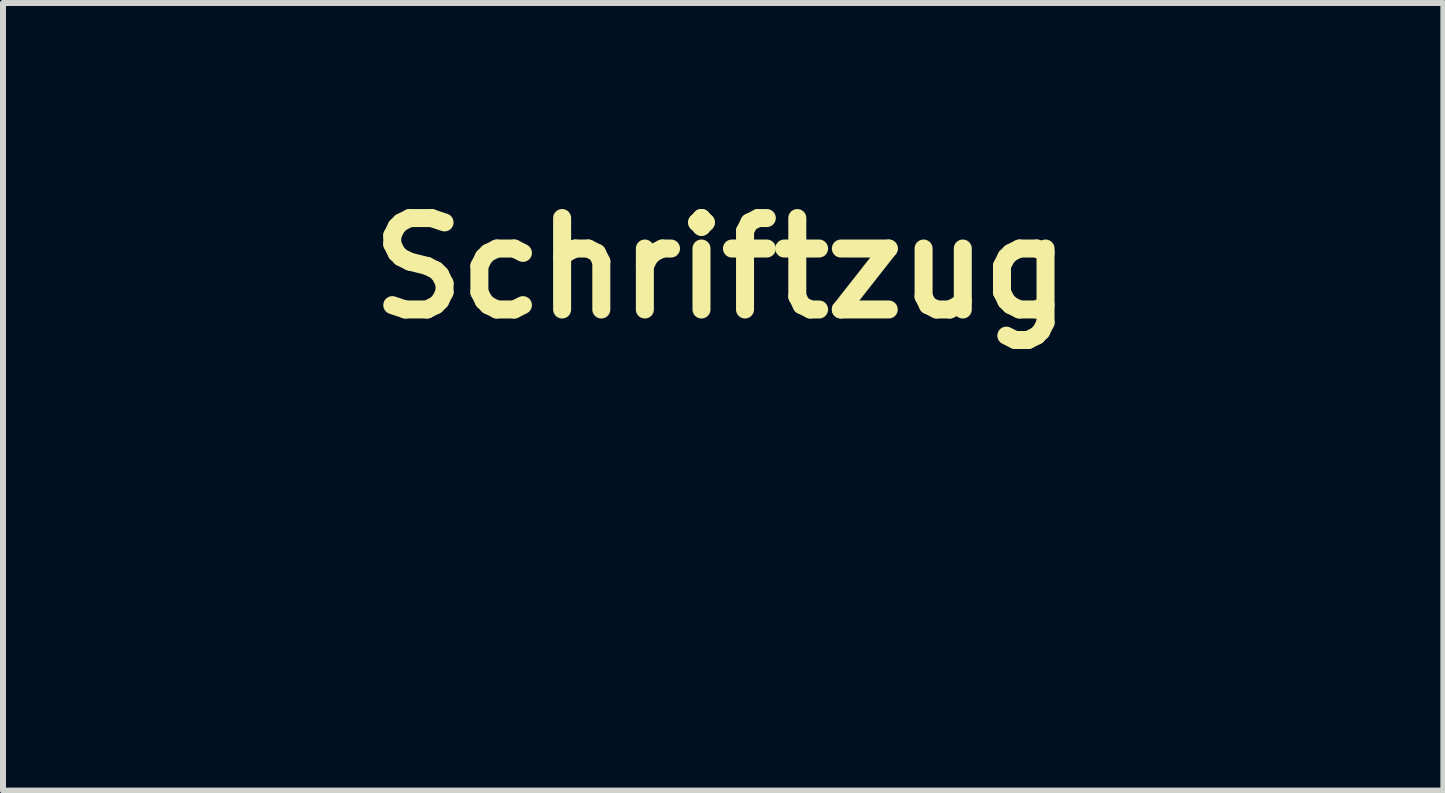
<source format=kicad_pcb>
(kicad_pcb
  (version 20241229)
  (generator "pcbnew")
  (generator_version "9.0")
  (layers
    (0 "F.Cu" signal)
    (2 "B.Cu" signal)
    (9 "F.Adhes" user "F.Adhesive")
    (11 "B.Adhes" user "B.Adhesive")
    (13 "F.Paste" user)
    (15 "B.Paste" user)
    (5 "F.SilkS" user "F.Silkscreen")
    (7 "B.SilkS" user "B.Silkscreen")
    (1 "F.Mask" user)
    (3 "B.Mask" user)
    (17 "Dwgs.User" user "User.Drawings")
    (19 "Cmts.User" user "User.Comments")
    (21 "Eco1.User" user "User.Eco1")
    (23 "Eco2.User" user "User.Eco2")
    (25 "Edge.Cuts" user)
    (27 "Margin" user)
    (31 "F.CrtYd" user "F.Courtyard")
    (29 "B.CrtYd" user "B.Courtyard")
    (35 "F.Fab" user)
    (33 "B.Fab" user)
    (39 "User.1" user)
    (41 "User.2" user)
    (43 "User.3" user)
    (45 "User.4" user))
  (footprint "Schriftzug"
    (layer "F.Cu")
    (at 8.966 5.228)
    (property "Reference" "Schriftzug" (at 0 -3.81 0) (layer "F.SilkS") (effects (font (size 1.524 1.524) (thickness 0.3))))
    (attr through_hole)
    (fp_poly (pts (xy 0.337 -1.813) (xy 0.334 -1.75) (xy 0.329 -1.637) (xy 0.32 -1.482) (xy 0.309 -1.292) (xy 0.296 -1.073) (xy 0.281 -0.833) (xy 0.265 -0.578) (xy 0.259 -0.48) (xy 0.183 0.691) (xy 0.059 0.686) (xy -0.024 0.676) (xy -0.083 0.658) (xy -0.095 0.65) (xy -0.151 0.623) (xy -0.208 0.633) (xy -0.237 0.666) (xy -0.253 0.754) (xy -0.248 0.856) (xy -0.225 0.933) (xy -0.2 0.968) (xy -0.167 0.97) (xy -0.113 0.946) (xy -0.066 0.929) (xy 0.003 0.917) (xy 0.105 0.909) (xy 0.245 0.904) (xy 0.434 0.903) (xy 0.903 0.903) (xy 0.903 1.496) (xy -0.538 1.496) (xy -0.522 1.206) (xy -0.517 1.12) (xy -0.509 0.984) (xy -0.498 0.805) (xy -0.486 0.591) (xy -0.471 0.348) (xy -0.456 0.084) (xy -0.439 -0.196) (xy -0.422 -0.483) (xy -0.422 -0.487) (xy -0.406 -0.764) (xy -0.39 -1.024) (xy -0.376 -1.263) (xy -0.364 -1.474) (xy -0.354 -1.652) (xy -0.346 -1.791) (xy -0.341 -1.886) (xy -0.339 -1.931) (xy -0.339 -1.933) (xy -0.33 -1.951) (xy -0.299 -1.964) (xy -0.237 -1.971) (xy -0.135 -1.975) (xy 0 -1.976) (xy 0.339 -1.976) (xy 0.337 -1.813)) (stroke (width 0.01) (type solid)) (fill yes) (layer "F.Mask"))
    (fp_poly (pts (xy -7.62 -1.976) (xy -7.62 -1.375) (xy -7.88 -1.394) (xy -8.008 -1.408) (xy -8.126 -1.428) (xy -8.214 -1.451) (xy -8.235 -1.459) (xy -8.305 -1.484) (xy -8.35 -1.473) (xy -8.373 -1.419) (xy -8.381 -1.318) (xy -8.382 -1.29) (xy -8.371 -1.189) (xy -8.34 -1.14) (xy -8.285 -1.141) (xy -8.236 -1.169) (xy -8.169 -1.199) (xy -8.091 -1.213) (xy -8.018 -1.211) (xy -7.969 -1.192) (xy -7.959 -1.172) (xy -7.961 -1.117) (xy -7.966 -1.015) (xy -7.974 -0.874) (xy -7.985 -0.701) (xy -7.998 -0.501) (xy -8.013 -0.281) (xy -8.028 -0.049) (xy -8.045 0.189) (xy -8.061 0.426) (xy -8.078 0.656) (xy -8.093 0.871) (xy -8.107 1.065) (xy -8.12 1.232) (xy -8.131 1.364) (xy -8.139 1.454) (xy -8.143 1.497) (xy -8.144 1.499) (xy -8.174 1.519) (xy -8.179 1.518) (xy -8.214 1.515) (xy -8.292 1.511) (xy -8.402 1.506) (xy -8.504 1.503) (xy -8.809 1.494) (xy -8.794 1.375) (xy -8.788 1.305) (xy -8.78 1.191) (xy -8.773 1.048) (xy -8.765 0.889) (xy -8.762 0.818) (xy -8.756 0.671) (xy -8.746 0.48) (xy -8.734 0.258) (xy -8.72 0.018) (xy -8.705 -0.228) (xy -8.691 -0.452) (xy -8.677 -0.664) (xy -8.665 -0.86) (xy -8.654 -1.031) (xy -8.645 -1.171) (xy -8.639 -1.271) (xy -8.637 -1.324) (xy -8.636 -1.33) (xy -8.652 -1.36) (xy -8.705 -1.38) (xy -8.778 -1.389) (xy -8.861 -1.399) (xy -8.917 -1.409) (xy -8.93 -1.414) (xy -8.936 -1.445) (xy -8.942 -1.52) (xy -8.948 -1.626) (xy -8.951 -1.7) (xy -8.961 -1.976) (xy -7.62 -1.976)) (stroke (width 0.01) (type solid)) (fill yes) (layer "F.Mask"))
    (fp_poly (pts (xy -5.701 -2.053) (xy -5.703 -2.003) (xy -5.708 -1.903) (xy -5.716 -1.759) (xy -5.727 -1.578) (xy -5.74 -1.366) (xy -5.755 -1.13) (xy -5.771 -0.875) (xy -5.787 -0.608) (xy -5.805 -0.336) (xy -5.822 -0.065) (xy -5.84 0.2) (xy -5.856 0.45) (xy -5.871 0.681) (xy -5.885 0.886) (xy -5.897 1.058) (xy -5.907 1.191) (xy -5.914 1.279) (xy -5.915 1.287) (xy -5.933 1.487) (xy -6.247 1.506) (xy -6.384 1.512) (xy -6.56 1.517) (xy -6.758 1.521) (xy -6.959 1.523) (xy -7.081 1.524) (xy -7.601 1.524) (xy -7.583 1.094) (xy -7.577 0.935) (xy -7.567 0.743) (xy -7.555 0.523) (xy -7.542 0.282) (xy -7.527 0.027) (xy -7.512 -0.236) (xy -7.495 -0.5) (xy -7.479 -0.759) (xy -7.463 -1.005) (xy -7.448 -1.233) (xy -7.434 -1.434) (xy -7.422 -1.604) (xy -7.411 -1.735) (xy -7.403 -1.821) (xy -7.399 -1.849) (xy -7.378 -1.961) (xy -6.714 -1.977) (xy -6.73 -1.814) (xy -6.735 -1.748) (xy -6.743 -1.633) (xy -6.753 -1.477) (xy -6.764 -1.288) (xy -6.777 -1.074) (xy -6.791 -0.842) (xy -6.802 -0.649) (xy -6.815 -0.408) (xy -6.829 -0.178) (xy -6.842 0.033) (xy -6.853 0.219) (xy -6.863 0.37) (xy -6.87 0.478) (xy -6.874 0.529) (xy -6.891 0.706) (xy -6.986 0.706) (xy -7.078 0.695) (xy -7.156 0.671) (xy -7.215 0.652) (xy -7.252 0.668) (xy -7.27 0.691) (xy -7.303 0.774) (xy -7.306 0.875) (xy -7.279 0.962) (xy -7.272 0.972) (xy -7.24 1.006) (xy -7.206 1.003) (xy -7.166 0.979) (xy -7.098 0.953) (xy -6.985 0.931) (xy -6.839 0.915) (xy -6.838 0.915) (xy -6.579 0.895) (xy -6.563 0.751) (xy -6.558 0.698) (xy -6.551 0.597) (xy -6.54 0.454) (xy -6.528 0.276) (xy -6.514 0.069) (xy -6.499 -0.159) (xy -6.484 -0.401) (xy -6.467 -0.651) (xy -6.451 -0.902) (xy -6.436 -1.147) (xy -6.421 -1.379) (xy -6.408 -1.591) (xy -6.397 -1.777) (xy -6.388 -1.93) (xy -6.382 -2.042) (xy -6.378 -2.108) (xy -6.378 -2.118) (xy -6.375 -2.142) (xy -6.357 -2.157) (xy -6.317 -2.166) (xy -6.244 -2.171) (xy -6.13 -2.173) (xy -6.04 -2.173) (xy -5.701 -2.173) (xy -5.701 -2.053)) (stroke (width 0.01) (type solid)) (fill yes) (layer "F.Mask"))
    (fp_poly (pts (xy 7.015 -1.757) (xy 7.008 -1.653) (xy 6.998 -1.508) (xy 6.987 -1.337) (xy 6.976 -1.155) (xy 6.969 -1.044) (xy 6.955 -0.813) (xy 6.94 -0.565) (xy 6.923 -0.307) (xy 6.905 -0.044) (xy 6.887 0.216) (xy 6.87 0.468) (xy 6.853 0.706) (xy 6.837 0.923) (xy 6.822 1.114) (xy 6.809 1.272) (xy 6.799 1.392) (xy 6.791 1.467) (xy 6.787 1.491) (xy 6.756 1.495) (xy 6.678 1.499) (xy 6.56 1.503) (xy 6.412 1.506) (xy 6.244 1.509) (xy 6.063 1.511) (xy 5.878 1.512) (xy 5.698 1.513) (xy 5.533 1.513) (xy 5.391 1.512) (xy 5.28 1.51) (xy 5.21 1.507) (xy 5.196 1.505) (xy 5.1 1.492) (xy 5.12 1.063) (xy 5.126 0.941) (xy 5.135 0.771) (xy 5.148 0.562) (xy 5.162 0.322) (xy 5.178 0.059) (xy 5.195 -0.217) (xy 5.213 -0.498) (xy 5.231 -0.776) (xy 5.248 -1.043) (xy 5.265 -1.289) (xy 5.267 -1.329) (xy 5.533 -1.329) (xy 5.541 -1.242) (xy 5.567 -1.175) (xy 5.595 -1.146) (xy 5.63 -1.142) (xy 5.693 -1.164) (xy 5.708 -1.17) (xy 5.791 -1.199) (xy 5.864 -1.213) (xy 5.874 -1.214) (xy 5.889 -1.213) (xy 5.902 -1.208) (xy 5.912 -1.195) (xy 5.919 -1.167) (xy 5.923 -1.122) (xy 5.924 -1.055) (xy 5.922 -0.96) (xy 5.917 -0.833) (xy 5.908 -0.669) (xy 5.896 -0.465) (xy 5.881 -0.215) (xy 5.863 0.085) (xy 5.856 0.193) (xy 5.845 0.384) (xy 5.836 0.558) (xy 5.83 0.705) (xy 5.827 0.817) (xy 5.827 0.887) (xy 5.83 0.906) (xy 5.863 0.915) (xy 5.931 0.917) (xy 6.014 0.912) (xy 6.092 0.902) (xy 6.144 0.888) (xy 6.151 0.884) (xy 6.156 0.854) (xy 6.163 0.774) (xy 6.174 0.65) (xy 6.186 0.488) (xy 6.199 0.294) (xy 6.214 0.074) (xy 6.23 -0.165) (xy 6.234 -0.229) (xy 6.252 -0.519) (xy 6.266 -0.756) (xy 6.276 -0.946) (xy 6.282 -1.094) (xy 6.284 -1.204) (xy 6.283 -1.28) (xy 6.279 -1.327) (xy 6.271 -1.35) (xy 6.268 -1.353) (xy 6.225 -1.365) (xy 6.141 -1.377) (xy 6.032 -1.389) (xy 5.992 -1.392) (xy 5.849 -1.407) (xy 5.74 -1.43) (xy 5.682 -1.454) (xy 5.623 -1.483) (xy 5.58 -1.472) (xy 5.572 -1.466) (xy 5.543 -1.412) (xy 5.533 -1.329) (xy 5.267 -1.329) (xy 5.28 -1.506) (xy 5.292 -1.686) (xy 5.296 -1.729) (xy 5.314 -1.976) (xy 7.031 -1.976) (xy 7.015 -1.757)) (stroke (width 0.01) (type solid)) (fill yes) (layer "F.Mask"))
    (fp_poly (pts (xy 9.031 -1.887) (xy 9.029 -1.828) (xy 9.025 -1.72) (xy 9.017 -1.573) (xy 9.008 -1.394) (xy 8.997 -1.191) (xy 8.985 -0.973) (xy 8.972 -0.748) (xy 8.958 -0.524) (xy 8.945 -0.309) (xy 8.933 -0.112) (xy 8.922 0.06) (xy 8.913 0.198) (xy 8.906 0.294) (xy 8.903 0.332) (xy 8.886 0.48) (xy 8.747 0.48) (xy 8.667 0.484) (xy 8.617 0.493) (xy 8.608 0.501) (xy 8.614 0.534) (xy 8.63 0.613) (xy 8.655 0.728) (xy 8.687 0.87) (xy 8.717 1.002) (xy 8.825 1.482) (xy 8.71 1.504) (xy 8.636 1.513) (xy 8.536 1.516) (xy 8.424 1.516) (xy 8.316 1.512) (xy 8.228 1.505) (xy 8.176 1.494) (xy 8.17 1.491) (xy 8.159 1.46) (xy 8.136 1.385) (xy 8.105 1.273) (xy 8.068 1.135) (xy 8.04 1.028) (xy 7.995 0.855) (xy 7.961 0.729) (xy 7.937 0.644) (xy 7.92 0.593) (xy 7.907 0.568) (xy 7.897 0.563) (xy 7.888 0.57) (xy 7.883 0.599) (xy 7.875 0.675) (xy 7.865 0.788) (xy 7.854 0.929) (xy 7.841 1.087) (xy 7.829 1.254) (xy 7.817 1.418) (xy 7.806 1.572) (xy 7.797 1.705) (xy 7.792 1.807) (xy 7.789 1.869) (xy 7.789 1.87) (xy 7.763 1.878) (xy 7.691 1.884) (xy 7.584 1.889) (xy 7.453 1.891) (xy 7.444 1.891) (xy 7.098 1.891) (xy 7.122 1.559) (xy 7.128 1.468) (xy 7.138 1.327) (xy 7.15 1.143) (xy 7.165 0.922) (xy 7.181 0.67) (xy 7.199 0.395) (xy 7.218 0.102) (xy 7.238 -0.201) (xy 7.249 -0.367) (xy 7.307 -1.273) (xy 7.567 -1.273) (xy 7.592 -1.187) (xy 7.602 -1.172) (xy 7.633 -1.138) (xy 7.666 -1.14) (xy 7.707 -1.167) (xy 7.777 -1.199) (xy 7.858 -1.214) (xy 7.931 -1.21) (xy 7.978 -1.188) (xy 7.987 -1.166) (xy 7.985 -1.112) (xy 7.979 -1.016) (xy 7.97 -0.889) (xy 7.96 -0.744) (xy 7.949 -0.596) (xy 7.938 -0.457) (xy 7.928 -0.339) (xy 7.921 -0.257) (xy 7.918 -0.233) (xy 7.906 -0.141) (xy 8.234 -0.141) (xy 8.251 -0.289) (xy 8.259 -0.381) (xy 8.269 -0.51) (xy 8.278 -0.655) (xy 8.283 -0.748) (xy 8.291 -0.898) (xy 8.301 -1.048) (xy 8.31 -1.176) (xy 8.314 -1.235) (xy 8.33 -1.411) (xy 8.095 -1.412) (xy 7.967 -1.418) (xy 7.846 -1.432) (xy 7.756 -1.451) (xy 7.747 -1.454) (xy 7.674 -1.478) (xy 7.632 -1.478) (xy 7.604 -1.454) (xy 7.599 -1.448) (xy 7.569 -1.37) (xy 7.567 -1.273) (xy 7.307 -1.273) (xy 7.352 -1.961) (xy 8.191 -1.969) (xy 9.031 -1.976) (xy 9.031 -1.887)) (stroke (width 0.01) (type solid)) (fill yes) (layer "F.Mask"))
    (fp_poly (pts (xy 2.389 -1.975) (xy 2.581 -1.974) (xy 2.729 -1.972) (xy 2.839 -1.969) (xy 2.915 -1.964) (xy 2.965 -1.957) (xy 2.994 -1.947) (xy 3.008 -1.935) (xy 3.011 -1.93) (xy 3.014 -1.89) (xy 3.013 -1.8) (xy 3.009 -1.666) (xy 3.002 -1.495) (xy 2.993 -1.293) (xy 2.981 -1.065) (xy 2.967 -0.818) (xy 2.952 -0.557) (xy 2.936 -0.289) (xy 2.919 -0.019) (xy 2.902 0.245) (xy 2.884 0.5) (xy 2.867 0.737) (xy 2.851 0.952) (xy 2.836 1.138) (xy 2.823 1.289) (xy 2.811 1.399) (xy 2.802 1.462) (xy 2.798 1.475) (xy 2.75 1.495) (xy 2.662 1.51) (xy 2.549 1.519) (xy 2.427 1.52) (xy 2.312 1.513) (xy 2.3 1.511) (xy 2.138 1.491) (xy 2.157 1.162) (xy 2.166 1.009) (xy 2.176 0.857) (xy 2.185 0.726) (xy 2.191 0.656) (xy 2.208 0.48) (xy 1.834 0.48) (xy 1.834 0.572) (xy 1.832 0.627) (xy 1.826 0.729) (xy 1.818 0.867) (xy 1.807 1.03) (xy 1.794 1.21) (xy 1.792 1.242) (xy 1.78 1.418) (xy 1.768 1.576) (xy 1.76 1.707) (xy 1.753 1.802) (xy 1.75 1.852) (xy 1.75 1.856) (xy 1.734 1.872) (xy 1.681 1.883) (xy 1.584 1.888) (xy 1.446 1.889) (xy 1.319 1.887) (xy 1.213 1.883) (xy 1.139 1.878) (xy 1.113 1.874) (xy 1.107 1.873) (xy 1.102 1.871) (xy 1.097 1.865) (xy 1.094 1.851) (xy 1.093 1.826) (xy 1.092 1.785) (xy 1.094 1.724) (xy 1.097 1.64) (xy 1.103 1.529) (xy 1.11 1.387) (xy 1.12 1.21) (xy 1.133 0.994) (xy 1.148 0.736) (xy 1.166 0.431) (xy 1.187 0.076) (xy 1.2 -0.144) (xy 1.218 -0.447) (xy 1.235 -0.735) (xy 1.25 -1.002) (xy 1.264 -1.245) (xy 1.267 -1.288) (xy 1.53 -1.288) (xy 1.54 -1.216) (xy 1.547 -1.199) (xy 1.589 -1.142) (xy 1.644 -1.137) (xy 1.706 -1.172) (xy 1.775 -1.203) (xy 1.844 -1.214) (xy 1.928 -1.214) (xy 1.908 -0.676) (xy 1.888 -0.138) (xy 2.066 -0.147) (xy 2.244 -0.155) (xy 2.276 -0.635) (xy 2.287 -0.805) (xy 2.297 -0.966) (xy 2.305 -1.104) (xy 2.31 -1.207) (xy 2.311 -1.249) (xy 2.314 -1.383) (xy 2.032 -1.383) (xy 1.899 -1.384) (xy 1.81 -1.39) (xy 1.752 -1.402) (xy 1.713 -1.422) (xy 1.693 -1.439) (xy 1.637 -1.486) (xy 1.597 -1.485) (xy 1.566 -1.433) (xy 1.549 -1.383) (xy 1.53 -1.288) (xy 1.267 -1.288) (xy 1.276 -1.456) (xy 1.286 -1.631) (xy 1.293 -1.766) (xy 1.297 -1.853) (xy 1.298 -1.887) (xy 1.298 -1.976) (xy 2.146 -1.976) (xy 2.389 -1.975)) (stroke (width 0.01) (type solid)) (fill yes) (layer "F.Mask"))
    (fp_poly (pts (xy 5.02 -1.743) (xy 5.012 -1.644) (xy 5.002 -1.501) (xy 4.991 -1.327) (xy 4.979 -1.133) (xy 4.967 -0.932) (xy 4.963 -0.875) (xy 4.927 -0.24) (xy 4.75 -0.051) (xy 4.671 0.038) (xy 4.611 0.114) (xy 4.576 0.168) (xy 4.572 0.183) (xy 4.586 0.224) (xy 4.625 0.301) (xy 4.681 0.398) (xy 4.717 0.458) (xy 4.862 0.689) (xy 4.843 1.001) (xy 4.834 1.14) (xy 4.823 1.269) (xy 4.813 1.371) (xy 4.807 1.418) (xy 4.791 1.524) (xy 4.067 1.519) (xy 3.864 1.517) (xy 3.673 1.515) (xy 3.504 1.512) (xy 3.365 1.509) (xy 3.267 1.506) (xy 3.224 1.503) (xy 3.104 1.493) (xy 3.104 1.36) (xy 3.106 1.307) (xy 3.111 1.204) (xy 3.119 1.055) (xy 3.13 0.868) (xy 3.136 0.764) (xy 3.818 0.764) (xy 3.82 0.84) (xy 3.829 0.875) (xy 3.897 0.908) (xy 4.007 0.922) (xy 4.064 0.922) (xy 4.163 0.917) (xy 4.171 0.699) (xy 4.179 0.48) (xy 3.845 0.48) (xy 3.825 0.666) (xy 3.818 0.764) (xy 3.136 0.764) (xy 3.143 0.646) (xy 3.158 0.397) (xy 3.175 0.126) (xy 3.193 -0.162) (xy 3.203 -0.319) (xy 3.222 -0.611) (xy 3.239 -0.886) (xy 3.255 -1.14) (xy 3.267 -1.331) (xy 3.543 -1.331) (xy 3.549 -1.24) (xy 3.569 -1.167) (xy 3.58 -1.148) (xy 3.611 -1.119) (xy 3.644 -1.125) (xy 3.69 -1.158) (xy 3.771 -1.198) (xy 3.858 -1.214) (xy 3.955 -1.214) (xy 3.94 -1.094) (xy 3.932 -1.013) (xy 3.923 -0.896) (xy 3.914 -0.759) (xy 3.909 -0.677) (xy 3.9 -0.539) (xy 3.891 -0.408) (xy 3.881 -0.303) (xy 3.876 -0.261) (xy 3.86 -0.141) (xy 4.233 -0.141) (xy 4.235 -0.247) (xy 4.238 -0.31) (xy 4.244 -0.417) (xy 4.253 -0.558) (xy 4.264 -0.719) (xy 4.273 -0.847) (xy 4.284 -1.008) (xy 4.293 -1.149) (xy 4.299 -1.261) (xy 4.301 -1.333) (xy 4.3 -1.357) (xy 4.27 -1.367) (xy 4.196 -1.377) (xy 4.092 -1.388) (xy 4.016 -1.394) (xy 3.861 -1.409) (xy 3.744 -1.431) (xy 3.674 -1.456) (xy 3.673 -1.457) (xy 3.615 -1.484) (xy 3.576 -1.47) (xy 3.574 -1.469) (xy 3.551 -1.415) (xy 3.543 -1.331) (xy 3.267 -1.331) (xy 3.269 -1.368) (xy 3.281 -1.564) (xy 3.291 -1.722) (xy 3.298 -1.838) (xy 3.301 -1.906) (xy 3.302 -1.921) (xy 3.304 -1.936) (xy 3.314 -1.948) (xy 3.337 -1.958) (xy 3.38 -1.965) (xy 3.449 -1.97) (xy 3.549 -1.973) (xy 3.686 -1.974) (xy 3.865 -1.975) (xy 4.094 -1.976) (xy 4.171 -1.976) (xy 5.04 -1.976) (xy 5.02 -1.743)) (stroke (width 0.01) (type solid)) (fill yes) (layer "F.Mask"))
    (fp_poly (pts (xy -3.684 -1.856) (xy -3.69 -1.785) (xy -3.699 -1.667) (xy -3.71 -1.511) (xy -3.723 -1.324) (xy -3.736 -1.117) (xy -3.749 -0.897) (xy -3.763 -0.674) (xy -3.775 -0.456) (xy -3.787 -0.252) (xy -3.796 -0.072) (xy -3.799 -0.009) (xy -3.807 0.137) (xy -3.817 0.265) (xy -3.827 0.361) (xy -3.836 0.417) (xy -3.839 0.424) (xy -3.877 0.447) (xy -3.951 0.467) (xy -3.992 0.473) (xy -4.073 0.485) (xy -4.109 0.502) (xy -4.115 0.534) (xy -4.113 0.547) (xy -4.102 0.595) (xy -4.083 0.686) (xy -4.055 0.81) (xy -4.024 0.956) (xy -4.006 1.036) (xy -3.975 1.185) (xy -3.951 1.315) (xy -3.936 1.414) (xy -3.932 1.475) (xy -3.934 1.488) (xy -3.969 1.496) (xy -4.045 1.503) (xy -4.149 1.507) (xy -4.264 1.509) (xy -4.377 1.509) (xy -4.473 1.506) (xy -4.537 1.5) (xy -4.554 1.495) (xy -4.566 1.464) (xy -4.589 1.388) (xy -4.62 1.277) (xy -4.658 1.138) (xy -4.687 1.03) (xy -4.733 0.856) (xy -4.767 0.731) (xy -4.791 0.646) (xy -4.808 0.594) (xy -4.821 0.569) (xy -4.831 0.563) (xy -4.841 0.57) (xy -4.842 0.571) (xy -4.847 0.601) (xy -4.855 0.678) (xy -4.865 0.791) (xy -4.877 0.932) (xy -4.889 1.091) (xy -4.902 1.257) (xy -4.913 1.422) (xy -4.924 1.576) (xy -4.932 1.708) (xy -4.937 1.81) (xy -4.938 1.856) (xy -4.954 1.871) (xy -5.006 1.882) (xy -5.1 1.888) (xy -5.242 1.891) (xy -5.286 1.891) (xy -5.632 1.891) (xy -5.612 1.63) (xy -5.606 1.553) (xy -5.597 1.425) (xy -5.586 1.254) (xy -5.572 1.045) (xy -5.557 0.803) (xy -5.539 0.537) (xy -5.521 0.25) (xy -5.502 -0.05) (xy -5.49 -0.24) (xy -5.471 -0.537) (xy -5.453 -0.819) (xy -5.436 -1.08) (xy -5.42 -1.31) (xy -5.143 -1.31) (xy -5.134 -1.204) (xy -5.108 -1.15) (xy -5.064 -1.144) (xy -5.02 -1.168) (xy -4.95 -1.2) (xy -4.87 -1.214) (xy -4.797 -1.21) (xy -4.75 -1.187) (xy -4.741 -1.166) (xy -4.743 -1.112) (xy -4.749 -1.016) (xy -4.758 -0.889) (xy -4.768 -0.744) (xy -4.779 -0.596) (xy -4.79 -0.457) (xy -4.8 -0.339) (xy -4.808 -0.257) (xy -4.81 -0.233) (xy -4.822 -0.141) (xy -4.495 -0.141) (xy -4.478 -0.275) (xy -4.47 -0.356) (xy -4.461 -0.476) (xy -4.453 -0.621) (xy -4.445 -0.774) (xy -4.445 -0.776) (xy -4.438 -0.928) (xy -4.43 -1.072) (xy -4.422 -1.192) (xy -4.415 -1.272) (xy -4.415 -1.273) (xy -4.402 -1.404) (xy -4.678 -1.417) (xy -4.804 -1.426) (xy -4.916 -1.44) (xy -4.996 -1.457) (xy -5.02 -1.466) (xy -5.083 -1.485) (xy -5.123 -1.458) (xy -5.141 -1.383) (xy -5.143 -1.31) (xy -5.42 -1.31) (xy -5.42 -1.315) (xy -5.406 -1.519) (xy -5.394 -1.685) (xy -5.385 -1.81) (xy -5.378 -1.888) (xy -5.375 -1.912) (xy -5.361 -1.976) (xy -3.67 -1.976) (xy -3.684 -1.856)) (stroke (width 0.01) (type solid)) (fill yes) (layer "F.Mask"))
    (fp_poly (pts (xy -1.703 -1.975) (xy -1.443 -1.975) (xy -1.229 -1.974) (xy -1.058 -1.972) (xy -0.925 -1.969) (xy -0.825 -1.965) (xy -0.753 -1.96) (xy -0.705 -1.954) (xy -0.676 -1.946) (xy -0.662 -1.937) (xy -0.659 -1.931) (xy -0.657 -1.896) (xy -0.659 -1.809) (xy -0.665 -1.677) (xy -0.673 -1.503) (xy -0.684 -1.295) (xy -0.696 -1.055) (xy -0.711 -0.79) (xy -0.728 -0.505) (xy -0.746 -0.206) (xy -0.765 0.104) (xy -0.785 0.418) (xy -0.805 0.732) (xy -0.825 1.04) (xy -0.845 1.337) (xy -0.852 1.432) (xy -0.884 1.891) (xy -1.558 1.891) (xy -1.54 1.587) (xy -1.534 1.496) (xy -1.526 1.356) (xy -1.514 1.173) (xy -1.501 0.957) (xy -1.486 0.713) (xy -1.47 0.45) (xy -1.453 0.174) (xy -1.439 -0.042) (xy -1.42 -0.366) (xy -1.404 -0.637) (xy -1.392 -0.86) (xy -1.384 -1.038) (xy -1.379 -1.175) (xy -1.378 -1.275) (xy -1.38 -1.341) (xy -1.386 -1.378) (xy -1.391 -1.389) (xy -1.435 -1.399) (xy -1.517 -1.408) (xy -1.623 -1.412) (xy -1.637 -1.412) (xy -1.759 -1.418) (xy -1.876 -1.433) (xy -1.961 -1.453) (xy -2.041 -1.475) (xy -2.088 -1.464) (xy -2.11 -1.412) (xy -2.116 -1.312) (xy -2.11 -1.211) (xy -2.087 -1.159) (xy -2.039 -1.15) (xy -1.957 -1.178) (xy -1.945 -1.184) (xy -1.854 -1.224) (xy -1.791 -1.244) (xy -1.751 -1.236) (xy -1.73 -1.195) (xy -1.724 -1.115) (xy -1.728 -0.988) (xy -1.733 -0.882) (xy -1.743 -0.705) (xy -1.755 -0.501) (xy -1.769 -0.275) (xy -1.784 -0.038) (xy -1.799 0.204) (xy -1.815 0.443) (xy -1.83 0.669) (xy -1.844 0.876) (xy -1.857 1.056) (xy -1.867 1.199) (xy -1.876 1.299) (xy -1.879 1.334) (xy -1.892 1.428) (xy -1.91 1.48) (xy -1.941 1.506) (xy -1.964 1.513) (xy -2.026 1.52) (xy -2.12 1.523) (xy -2.231 1.521) (xy -2.343 1.515) (xy -2.441 1.507) (xy -2.509 1.496) (xy -2.529 1.488) (xy -2.532 1.456) (xy -2.532 1.373) (xy -2.528 1.245) (xy -2.523 1.076) (xy -2.514 0.872) (xy -2.504 0.638) (xy -2.491 0.379) (xy -2.477 0.102) (xy -2.461 -0.19) (xy -2.445 -0.49) (xy -2.427 -0.793) (xy -2.409 -1.094) (xy -2.407 -1.119) (xy -2.391 -1.377) (xy -2.614 -1.396) (xy -2.741 -1.41) (xy -2.865 -1.431) (xy -2.96 -1.453) (xy -2.963 -1.454) (xy -3.043 -1.476) (xy -3.088 -1.478) (xy -3.116 -1.458) (xy -3.126 -1.447) (xy -3.155 -1.37) (xy -3.157 -1.273) (xy -3.132 -1.187) (xy -3.122 -1.171) (xy -3.09 -1.136) (xy -3.056 -1.138) (xy -3.013 -1.164) (xy -2.937 -1.2) (xy -2.845 -1.228) (xy -2.838 -1.229) (xy -2.733 -1.249) (xy -2.75 -0.998) (xy -2.756 -0.907) (xy -2.765 -0.769) (xy -2.776 -0.593) (xy -2.789 -0.389) (xy -2.803 -0.165) (xy -2.817 0.069) (xy -2.823 0.169) (xy -2.837 0.402) (xy -2.851 0.626) (xy -2.864 0.833) (xy -2.876 1.013) (xy -2.886 1.159) (xy -2.893 1.261) (xy -2.896 1.291) (xy -2.914 1.496) (xy -3.565 1.496) (xy -3.548 1.051) (xy -3.542 0.916) (xy -3.534 0.743) (xy -3.523 0.539) (xy -3.511 0.311) (xy -3.497 0.065) (xy -3.482 -0.191) (xy -3.467 -0.452) (xy -3.451 -0.71) (xy -3.436 -0.959) (xy -3.421 -1.192) (xy -3.408 -1.402) (xy -3.395 -1.583) (xy -3.385 -1.728) (xy -3.377 -1.83) (xy -3.371 -1.883) (xy -3.371 -1.884) (xy -3.356 -1.976) (xy -2.016 -1.976) (xy -1.703 -1.975)) (stroke (width 0.01) (type solid)) (fill yes) (layer "F.Mask")))
  (gr_rect
    (start -3 -3)
    (end 21.002 10.124)
    (stroke (width 0.1) (type default))
    (fill no)
    (layer "Edge.Cuts")))
</source>
